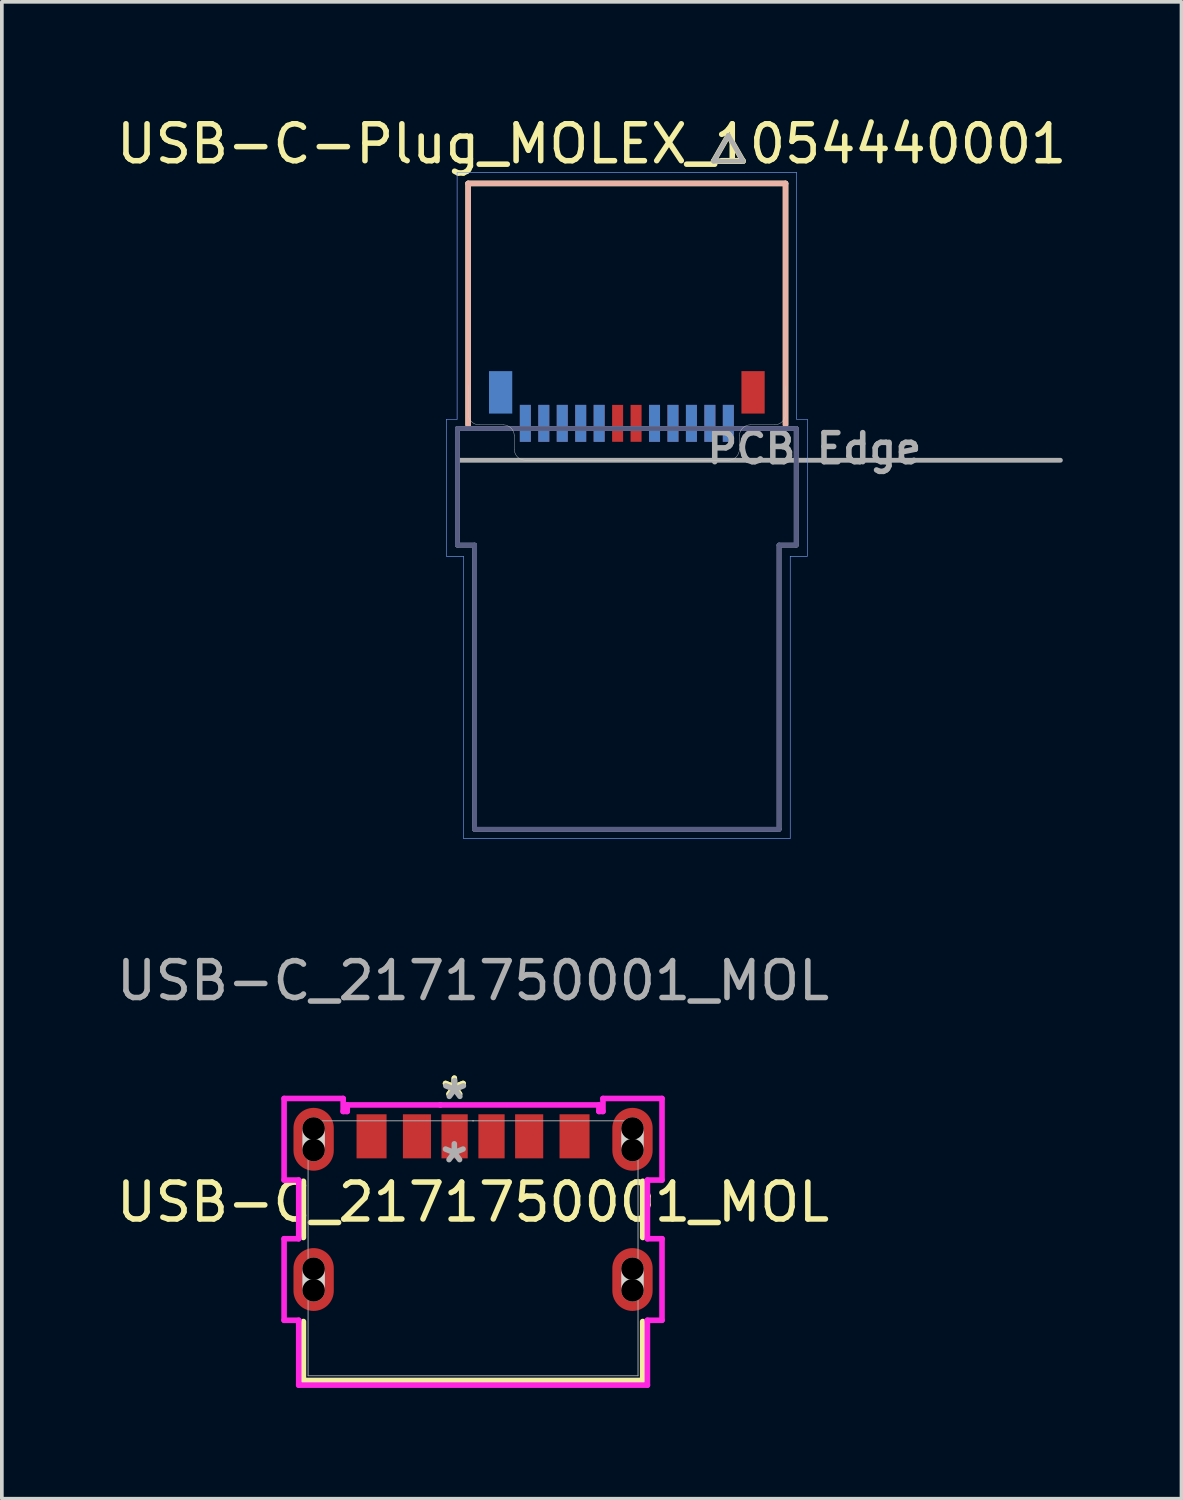
<source format=kicad_pcb>
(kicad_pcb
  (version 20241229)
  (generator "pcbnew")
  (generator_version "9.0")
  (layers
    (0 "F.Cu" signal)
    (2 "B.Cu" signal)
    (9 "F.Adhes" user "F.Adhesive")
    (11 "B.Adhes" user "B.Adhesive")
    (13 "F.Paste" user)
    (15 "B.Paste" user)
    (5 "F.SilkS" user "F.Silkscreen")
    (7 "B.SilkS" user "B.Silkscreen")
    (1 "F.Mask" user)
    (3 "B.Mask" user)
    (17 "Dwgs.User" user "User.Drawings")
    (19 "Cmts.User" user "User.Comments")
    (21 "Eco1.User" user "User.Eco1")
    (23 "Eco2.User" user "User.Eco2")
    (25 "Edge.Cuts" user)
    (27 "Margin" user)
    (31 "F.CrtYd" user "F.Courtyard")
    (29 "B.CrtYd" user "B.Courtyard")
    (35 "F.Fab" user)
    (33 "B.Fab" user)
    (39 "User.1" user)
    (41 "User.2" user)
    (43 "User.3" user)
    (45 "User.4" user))
  (footprint "USB-C_2171750001_MOL"
    (layer "F.Cu")
    (at 9.768 30.774)
    (property "Reference" "USB-C_2171750001_MOL" (at 0 -1.25 0) (unlocked yes) (layer "F.SilkS") (effects (font (size 1 1) (thickness 0.15))))
    (attr smd)
    (fp_line (start -4.597 -1.816) (end -4.597 -0.293) (stroke (width 0.152) (type solid)) (layer "F.SilkS"))
    (fp_line (start -4.597 1.984) (end -4.597 3.581) (stroke (width 0.152) (type solid)) (layer "F.SilkS"))
    (fp_line (start -4.597 3.581) (end 4.597 3.581) (stroke (width 0.152) (type solid)) (layer "F.SilkS"))
    (fp_line (start 4.597 -0.293) (end 4.597 -1.816) (stroke (width 0.152) (type solid)) (layer "F.SilkS"))
    (fp_line (start 4.597 3.581) (end 4.597 1.984) (stroke (width 0.152) (type solid)) (layer "F.SilkS"))
    (fp_line (start -4.32 -2.662) (end -4.32 -3.247) (stroke (width 0.61) (type solid)) (layer "Edge.Cuts"))
    (fp_line (start -4.32 1.138) (end -4.32 0.553) (stroke (width 0.61) (type solid)) (layer "Edge.Cuts"))
    (fp_line (start 4.32 -2.662) (end 4.32 -3.247) (stroke (width 0.61) (type solid)) (layer "Edge.Cuts"))
    (fp_line (start 4.32 1.138) (end 4.32 0.553) (stroke (width 0.61) (type solid)) (layer "Edge.Cuts"))
    (fp_line (start -5.12 -4.059) (end -5.12 -1.849) (stroke (width 0.152) (type solid)) (layer "F.CrtYd"))
    (fp_line (start -5.12 -1.849) (end -4.724 -1.849) (stroke (width 0.152) (type solid)) (layer "F.CrtYd"))
    (fp_line (start -5.12 -0.259) (end -5.12 1.95) (stroke (width 0.152) (type solid)) (layer "F.CrtYd"))
    (fp_line (start -5.12 1.95) (end -4.724 1.95) (stroke (width 0.152) (type solid)) (layer "F.CrtYd"))
    (fp_line (start -4.724 -1.849) (end -4.724 -0.259) (stroke (width 0.152) (type solid)) (layer "F.CrtYd"))
    (fp_line (start -4.724 -0.259) (end -5.12 -0.259) (stroke (width 0.152) (type solid)) (layer "F.CrtYd"))
    (fp_line (start -4.724 1.95) (end -4.724 3.708) (stroke (width 0.152) (type solid)) (layer "F.CrtYd"))
    (fp_line (start -4.724 3.708) (end 4.724 3.708) (stroke (width 0.152) (type solid)) (layer "F.CrtYd"))
    (fp_line (start -3.52 -4.059) (end -5.12 -4.059) (stroke (width 0.152) (type solid)) (layer "F.CrtYd"))
    (fp_line (start -3.52 -3.708) (end -3.52 -4.059) (stroke (width 0.152) (type solid)) (layer "F.CrtYd"))
    (fp_line (start -3.41 -3.885) (end -3.41 -3.708) (stroke (width 0.152) (type solid)) (layer "F.CrtYd"))
    (fp_line (start -3.41 -3.708) (end -3.52 -3.708) (stroke (width 0.152) (type solid)) (layer "F.CrtYd"))
    (fp_line (start -0.885 -3.885) (end -0.885 -3.885) (stroke (width 0.152) (type solid)) (layer "F.CrtYd"))
    (fp_line (start -0.885 -3.885) (end -3.41 -3.885) (stroke (width 0.152) (type solid)) (layer "F.CrtYd"))
    (fp_line (start 3.41 -3.885) (end -0.885 -3.885) (stroke (width 0.152) (type solid)) (layer "F.CrtYd"))
    (fp_line (start 3.41 -3.708) (end 3.41 -3.885) (stroke (width 0.152) (type solid)) (layer "F.CrtYd"))
    (fp_line (start 3.52 -4.059) (end 3.52 -3.708) (stroke (width 0.152) (type solid)) (layer "F.CrtYd"))
    (fp_line (start 3.52 -3.708) (end 3.41 -3.708) (stroke (width 0.152) (type solid)) (layer "F.CrtYd"))
    (fp_line (start 4.724 -1.849) (end 5.12 -1.849) (stroke (width 0.152) (type solid)) (layer "F.CrtYd"))
    (fp_line (start 4.724 -0.259) (end 4.724 -1.849) (stroke (width 0.152) (type solid)) (layer "F.CrtYd"))
    (fp_line (start 4.724 1.95) (end 5.12 1.95) (stroke (width 0.152) (type solid)) (layer "F.CrtYd"))
    (fp_line (start 4.724 3.708) (end 4.724 1.95) (stroke (width 0.152) (type solid)) (layer "F.CrtYd"))
    (fp_line (start 5.12 -4.059) (end 3.52 -4.059) (stroke (width 0.152) (type solid)) (layer "F.CrtYd"))
    (fp_line (start 5.12 -1.849) (end 5.12 -4.059) (stroke (width 0.152) (type solid)) (layer "F.CrtYd"))
    (fp_line (start 5.12 -0.259) (end 4.724 -0.259) (stroke (width 0.152) (type solid)) (layer "F.CrtYd"))
    (fp_line (start 5.12 1.95) (end 5.12 -0.259) (stroke (width 0.152) (type solid)) (layer "F.CrtYd"))
    (fp_line (start -4.47 -3.454) (end -4.47 3.454) (stroke (width 0.025) (type solid)) (layer "F.Fab"))
    (fp_line (start -4.47 3.454) (end 4.47 3.454) (stroke (width 0.025) (type solid)) (layer "F.Fab"))
    (fp_line (start 0 -3.454) (end 0 -3.454) (stroke (width 0.025) (type solid)) (layer "F.Fab"))
    (fp_line (start 0 -3.454) (end 0 -3.454) (stroke (width 0.025) (type solid)) (layer "F.Fab"))
    (fp_line (start 0 -3.454) (end 0 -3.454) (stroke (width 0.025) (type solid)) (layer "F.Fab"))
    (fp_line (start 0 -3.454) (end 0 -3.454) (stroke (width 0.025) (type solid)) (layer "F.Fab"))
    (fp_line (start 4.47 -3.454) (end -4.47 -3.454) (stroke (width 0.025) (type solid)) (layer "F.Fab"))
    (fp_line (start 4.47 3.454) (end 4.47 -3.454) (stroke (width 0.025) (type solid)) (layer "F.Fab"))
    (fp_text user "*" (at -0.508 -4.064 0) (layer "F.SilkS") (effects (font (size 1 1) (thickness 0.15))))
    (fp_text user "*" (at -0.508 -4.064 0) (unlocked yes) (layer "F.SilkS") (effects (font (size 1 1) (thickness 0.15))))
    (fp_text user "${REFERENCE}" (at 0 -7.25 0) (unlocked yes) (layer "F.Fab") (effects (font (size 1 1) (thickness 0.15))))
    (fp_text user "*" (at -0.508 -2.286 0) (unlocked yes) (layer "F.Fab") (effects (font (size 1 1) (thickness 0.15))))
    (fp_text user "*" (at -0.5 -4 0) (layer "F.Fab") (effects (font (size 1 1) (thickness 0.15))))
    (pad "" np_thru_hole circle (at -4.32 -3.247) (size 0.61 0.61) (drill 0.61) (layers))
    (pad "" np_thru_hole circle (at -4.32 -2.662) (size 0.61 0.61) (drill 0.61) (layers))
    (pad "" np_thru_hole circle (at -4.32 0.553) (size 0.61 0.61) (drill 0.61) (layers))
    (pad "" np_thru_hole circle (at -4.32 1.138) (size 0.61 0.61) (drill 0.61) (layers))
    (pad "" np_thru_hole circle (at 4.32 -3.247) (size 0.61 0.61) (drill 0.61) (layers))
    (pad "" np_thru_hole circle (at 4.32 -2.662) (size 0.61 0.61) (drill 0.61) (layers))
    (pad "" np_thru_hole circle (at 4.32 0.553) (size 0.61 0.61) (drill 0.61) (layers))
    (pad "" np_thru_hole circle (at 4.32 1.138) (size 0.61 0.61) (drill 0.61) (layers))
    (pad "7" smd oval (at -4.32 -2.954) (size 1.092 1.702) (layers "F.Cu" "F.Mask" "F.Paste"))
    (pad "8" smd oval (at 4.32 -2.954) (size 1.092 1.702) (layers "F.Cu" "F.Mask" "F.Paste"))
    (pad "9" smd oval (at -4.32 0.846) (size 1.092 1.702) (layers "F.Cu" "F.Mask" "F.Paste"))
    (pad "10" smd oval (at 4.32 0.846) (size 1.092 1.702) (layers "F.Cu" "F.Mask" "F.Paste"))
    (pad "A5" smd rect (at -0.5 -3.034) (size 0.711 1.194) (layers "F.Cu" "F.Mask" "F.Paste"))
    (pad "A9" smd rect (at 1.52 -3.034) (size 0.762 1.194) (layers "F.Cu" "F.Mask" "F.Paste"))
    (pad "A12" smd rect (at 2.75 -3.034) (size 0.813 1.194) (layers "F.Cu" "F.Mask" "F.Paste"))
    (pad "B5" smd rect (at 0.5 -3.034) (size 0.711 1.194) (layers "F.Cu" "F.Mask" "F.Paste"))
    (pad "B9" smd rect (at -1.52 -3.034) (size 0.762 1.194) (layers "F.Cu" "F.Mask" "F.Paste"))
    (pad "B12" smd rect (at -2.75 -3.034) (size 0.813 1.194) (layers "F.Cu" "F.Mask" "F.Paste")))
  (footprint "USB-C-Plug_MOLEX_1054440001"
    (layer "F.Cu")
    (at 13.935 9.421)
    (property "Reference" "USB-C-Plug_MOLEX_1054440001" (at -0.953 -8.572 0) (layer "F.SilkS") (effects (font (size 1 1) (thickness 0.15))))
    (attr smd)
    (fp_poly (pts (xy -2.962 -1.563) (xy -2.538 -1.563) (xy -2.538 -0.436) (xy -2.962 -0.436)) (stroke (width 0.01) (type solid)) (fill yes) (layer "F.Mask"))
    (fp_poly (pts (xy -2.462 -1.563) (xy -2.038 -1.563) (xy -2.038 -0.436) (xy -2.462 -0.436)) (stroke (width 0.01) (type solid)) (fill yes) (layer "F.Mask"))
    (fp_poly (pts (xy -1.962 -1.563) (xy -1.538 -1.563) (xy -1.538 -0.436) (xy -1.962 -0.436)) (stroke (width 0.01) (type solid)) (fill yes) (layer "F.Mask"))
    (fp_poly (pts (xy -1.462 -1.563) (xy -1.038 -1.563) (xy -1.038 -0.436) (xy -1.462 -0.436)) (stroke (width 0.01) (type solid)) (fill yes) (layer "F.Mask"))
    (fp_poly (pts (xy -0.963 -1.563) (xy -0.537 -1.563) (xy -0.537 -0.436) (xy -0.963 -0.436)) (stroke (width 0.01) (type solid)) (fill yes) (layer "F.Mask"))
    (fp_poly (pts (xy -0.463 -1.563) (xy -0.037 -1.563) (xy -0.037 -0.436) (xy -0.463 -0.436)) (stroke (width 0.01) (type solid)) (fill yes) (layer "F.Mask"))
    (fp_poly (pts (xy 0.037 -1.563) (xy 0.463 -1.563) (xy 0.463 -0.436) (xy 0.037 -0.436)) (stroke (width 0.01) (type solid)) (fill yes) (layer "F.Mask"))
    (fp_poly (pts (xy 0.537 -1.563) (xy 0.963 -1.563) (xy 0.963 -0.436) (xy 0.537 -0.436)) (stroke (width 0.01) (type solid)) (fill yes) (layer "F.Mask"))
    (fp_poly (pts (xy 1.038 -1.563) (xy 1.462 -1.563) (xy 1.462 -0.436) (xy 1.038 -0.436)) (stroke (width 0.01) (type solid)) (fill yes) (layer "F.Mask"))
    (fp_poly (pts (xy 1.538 -1.563) (xy 1.962 -1.563) (xy 1.962 -0.436) (xy 1.538 -0.436)) (stroke (width 0.01) (type solid)) (fill yes) (layer "F.Mask"))
    (fp_poly (pts (xy 2.038 -1.563) (xy 2.462 -1.563) (xy 2.462 -0.436) (xy 2.038 -0.436)) (stroke (width 0.01) (type solid)) (fill yes) (layer "F.Mask"))
    (fp_poly (pts (xy 2.538 -1.563) (xy 2.962 -1.563) (xy 2.962 -0.436) (xy 2.538 -0.436)) (stroke (width 0.01) (type solid)) (fill yes) (layer "F.Mask"))
    (fp_poly (pts (xy 3.042 -2.478) (xy 3.799 -2.478) (xy 3.799 -1.202) (xy 3.042 -1.202)) (stroke (width 0.01) (type solid)) (fill yes) (layer "F.Mask"))
    (fp_poly (pts (xy -3.799 -2.478) (xy -3.042 -2.478) (xy -3.042 -1.202) (xy -3.799 -1.202)) (stroke (width 0.01) (type solid)) (fill yes) (layer "B.Mask"))
    (fp_poly (pts (xy -2.962 -1.563) (xy -2.538 -1.563) (xy -2.538 -0.436) (xy -2.962 -0.436)) (stroke (width 0.01) (type solid)) (fill yes) (layer "B.Mask"))
    (fp_poly (pts (xy -2.462 -1.563) (xy -2.038 -1.563) (xy -2.038 -0.436) (xy -2.462 -0.436)) (stroke (width 0.01) (type solid)) (fill yes) (layer "B.Mask"))
    (fp_poly (pts (xy -1.962 -1.563) (xy -1.538 -1.563) (xy -1.538 -0.436) (xy -1.962 -0.436)) (stroke (width 0.01) (type solid)) (fill yes) (layer "B.Mask"))
    (fp_poly (pts (xy -1.462 -1.563) (xy -1.038 -1.563) (xy -1.038 -0.436) (xy -1.462 -0.436)) (stroke (width 0.01) (type solid)) (fill yes) (layer "B.Mask"))
    (fp_poly (pts (xy -0.963 -1.563) (xy -0.537 -1.563) (xy -0.537 -0.436) (xy -0.963 -0.436)) (stroke (width 0.01) (type solid)) (fill yes) (layer "B.Mask"))
    (fp_poly (pts (xy 0.537 -1.563) (xy 0.963 -1.563) (xy 0.963 -0.436) (xy 0.537 -0.436)) (stroke (width 0.01) (type solid)) (fill yes) (layer "B.Mask"))
    (fp_poly (pts (xy 1.038 -1.563) (xy 1.462 -1.563) (xy 1.462 -0.436) (xy 1.038 -0.436)) (stroke (width 0.01) (type solid)) (fill yes) (layer "B.Mask"))
    (fp_poly (pts (xy 1.538 -1.563) (xy 1.962 -1.563) (xy 1.962 -0.436) (xy 1.538 -0.436)) (stroke (width 0.01) (type solid)) (fill yes) (layer "B.Mask"))
    (fp_poly (pts (xy 2.038 -1.563) (xy 2.462 -1.563) (xy 2.462 -0.436) (xy 2.038 -0.436)) (stroke (width 0.01) (type solid)) (fill yes) (layer "B.Mask"))
    (fp_poly (pts (xy 2.538 -1.563) (xy 2.962 -1.563) (xy 2.962 -0.436) (xy 2.538 -0.436)) (stroke (width 0.01) (type solid)) (fill yes) (layer "B.Mask"))
    (fp_line (start -4.3 -7.5) (end -4.3 -0.96) (stroke (width 0.15) (type solid)) (layer "F.SilkS"))
    (fp_line (start 2.35 -8.104) (end 3.15 -8.104) (stroke (width 0.15) (type solid)) (layer "F.SilkS"))
    (fp_line (start 2.75 -8.803) (end 2.35 -8.104) (stroke (width 0.15) (type solid)) (layer "F.SilkS"))
    (fp_line (start 3.15 -8.104) (end 2.75 -8.803) (stroke (width 0.15) (type solid)) (layer "F.SilkS"))
    (fp_line (start 4.3 -7.5) (end -4.3 -7.5) (stroke (width 0.15) (type solid)) (layer "F.SilkS"))
    (fp_line (start 4.3 -0.96) (end 4.3 -7.5) (stroke (width 0.15) (type solid)) (layer "F.SilkS"))
    (fp_line (start -4.3 -7.5) (end -4.3 -0.96) (stroke (width 0.15) (type solid)) (layer "B.SilkS"))
    (fp_line (start 4.3 -7.5) (end -4.3 -7.5) (stroke (width 0.15) (type solid)) (layer "B.SilkS"))
    (fp_line (start 4.3 -0.96) (end 4.3 -7.5) (stroke (width 0.15) (type solid)) (layer "B.SilkS"))
    (fp_line (start -4.3 -1.26) (end -4.3 -2.025) (stroke (width 0.01) (type solid)) (layer "Edge.Cuts"))
    (fp_line (start -3.35 -0.96) (end -4 -0.96) (stroke (width 0.01) (type solid)) (layer "Edge.Cuts"))
    (fp_line (start -3.05 -0.3) (end -3.05 -0.66) (stroke (width 0.01) (type solid)) (layer "Edge.Cuts"))
    (fp_line (start 2.75 0) (end -2.75 0) (stroke (width 0.01) (type solid)) (layer "Edge.Cuts"))
    (fp_line (start 3.05 -0.66) (end 3.05 -0.3) (stroke (width 0.01) (type solid)) (layer "Edge.Cuts"))
    (fp_line (start 4 -0.96) (end 3.35 -0.96) (stroke (width 0.01) (type solid)) (layer "Edge.Cuts"))
    (fp_line (start 4.3 -2) (end 4.3 -1.26) (stroke (width 0.01) (type solid)) (layer "Edge.Cuts"))
    (fp_arc (start -4 -0.96) (mid -4.212132 -1.047868) (end -4.3 -1.26) (stroke (width 0.01) (type solid)) (layer "Edge.Cuts"))
    (fp_arc (start -3.35 -0.96) (mid -3.137868 -0.872132) (end -3.05 -0.66) (stroke (width 0.01) (type solid)) (layer "Edge.Cuts"))
    (fp_arc (start -2.75 0) (mid -2.962132 -0.087868) (end -3.05 -0.3) (stroke (width 0.01) (type solid)) (layer "Edge.Cuts"))
    (fp_arc (start 3.05 -0.66) (mid 3.137868 -0.872132) (end 3.35 -0.96) (stroke (width 0.01) (type solid)) (layer "Edge.Cuts"))
    (fp_arc (start 3.05 -0.3) (mid 2.962132 -0.087868) (end 2.75 0) (stroke (width 0.01) (type solid)) (layer "Edge.Cuts"))
    (fp_arc (start 4.3 -1.26) (mid 4.212132 -1.047868) (end 4 -0.96) (stroke (width 0.01) (type solid)) (layer "Edge.Cuts"))
    (fp_line (start -4.89 -1.11) (end -4.6 -1.11) (stroke (width 0.01) (type solid)) (layer "B.CrtYd"))
    (fp_line (start -4.89 2.6) (end -4.89 -1.11) (stroke (width 0.01) (type solid)) (layer "B.CrtYd"))
    (fp_line (start -4.6 -7.8) (end 4.6 -7.8) (stroke (width 0.01) (type solid)) (layer "B.CrtYd"))
    (fp_line (start -4.6 -1.11) (end -4.6 -7.8) (stroke (width 0.01) (type solid)) (layer "B.CrtYd"))
    (fp_line (start -4.425 2.6) (end -4.89 2.6) (stroke (width 0.01) (type solid)) (layer "B.CrtYd"))
    (fp_line (start -4.425 10.25) (end -4.425 2.6) (stroke (width 0.01) (type solid)) (layer "B.CrtYd"))
    (fp_line (start 4.425 2.6) (end 4.425 10.25) (stroke (width 0.01) (type solid)) (layer "B.CrtYd"))
    (fp_line (start 4.425 10.25) (end -4.425 10.25) (stroke (width 0.01) (type solid)) (layer "B.CrtYd"))
    (fp_line (start 4.6 -7.8) (end 4.6 -1.11) (stroke (width 0.01) (type solid)) (layer "B.CrtYd"))
    (fp_line (start 4.6 -1.11) (end 4.89 -1.11) (stroke (width 0.01) (type solid)) (layer "B.CrtYd"))
    (fp_line (start 4.89 -1.11) (end 4.89 2.6) (stroke (width 0.01) (type solid)) (layer "B.CrtYd"))
    (fp_line (start 4.89 2.6) (end 4.425 2.6) (stroke (width 0.01) (type solid)) (layer "B.CrtYd"))
    (fp_line (start -4.89 -1.11) (end -4.6 -1.11) (stroke (width 0.01) (type solid)) (layer "F.CrtYd"))
    (fp_line (start -4.89 2.6) (end -4.89 -1.11) (stroke (width 0.01) (type solid)) (layer "F.CrtYd"))
    (fp_line (start -4.6 -7.8) (end 4.6 -7.8) (stroke (width 0.01) (type solid)) (layer "F.CrtYd"))
    (fp_line (start -4.6 -1.11) (end -4.6 -7.8) (stroke (width 0.01) (type solid)) (layer "F.CrtYd"))
    (fp_line (start -4.425 2.6) (end -4.89 2.6) (stroke (width 0.01) (type solid)) (layer "F.CrtYd"))
    (fp_line (start -4.425 10.25) (end -4.425 2.6) (stroke (width 0.01) (type solid)) (layer "F.CrtYd"))
    (fp_line (start 4.425 2.6) (end 4.425 10.25) (stroke (width 0.01) (type solid)) (layer "F.CrtYd"))
    (fp_line (start 4.425 10.25) (end -4.425 10.25) (stroke (width 0.01) (type solid)) (layer "F.CrtYd"))
    (fp_line (start 4.6 -7.8) (end 4.6 -1.11) (stroke (width 0.01) (type solid)) (layer "F.CrtYd"))
    (fp_line (start 4.6 -1.11) (end 4.89 -1.11) (stroke (width 0.01) (type solid)) (layer "F.CrtYd"))
    (fp_line (start 4.89 -1.11) (end 4.89 2.6) (stroke (width 0.01) (type solid)) (layer "F.CrtYd"))
    (fp_line (start 4.89 2.6) (end 4.425 2.6) (stroke (width 0.01) (type solid)) (layer "F.CrtYd"))
    (fp_line (start -4.59 -0.86) (end -4.59 2.3) (stroke (width 0.13) (type solid)) (layer "B.Fab"))
    (fp_line (start -4.59 2.3) (end -4.125 2.3) (stroke (width 0.13) (type solid)) (layer "B.Fab"))
    (fp_line (start -4.125 2.3) (end -4.125 10) (stroke (width 0.13) (type solid)) (layer "B.Fab"))
    (fp_line (start -4.125 10) (end 4.125 10) (stroke (width 0.13) (type solid)) (layer "B.Fab"))
    (fp_line (start 4.125 2.3) (end 4.125 10) (stroke (width 0.13) (type solid)) (layer "B.Fab"))
    (fp_line (start 4.59 -0.86) (end -4.59 -0.86) (stroke (width 0.13) (type solid)) (layer "B.Fab"))
    (fp_line (start 4.59 2.3) (end 4.125 2.3) (stroke (width 0.13) (type solid)) (layer "B.Fab"))
    (fp_line (start 4.59 2.3) (end 4.59 -0.86) (stroke (width 0.13) (type solid)) (layer "B.Fab"))
    (fp_line (start -4.59 -0.86) (end -4.59 0) (stroke (width 0.13) (type solid)) (layer "F.Fab"))
    (fp_line (start -4.59 0) (end -4.59 2.3) (stroke (width 0.13) (type solid)) (layer "F.Fab"))
    (fp_line (start -4.59 0) (end 11.748 0) (stroke (width 0.13) (type solid)) (layer "F.Fab"))
    (fp_line (start -4.59 2.3) (end -4.125 2.3) (stroke (width 0.13) (type solid)) (layer "F.Fab"))
    (fp_line (start -4.125 2.3) (end -4.125 10) (stroke (width 0.13) (type solid)) (layer "F.Fab"))
    (fp_line (start -4.125 10) (end 4.125 10) (stroke (width 0.13) (type solid)) (layer "F.Fab"))
    (fp_line (start 2.35 -8.104) (end 3.15 -8.104) (stroke (width 0.13) (type solid)) (layer "F.Fab"))
    (fp_line (start 2.75 -8.803) (end 2.35 -8.104) (stroke (width 0.13) (type solid)) (layer "F.Fab"))
    (fp_line (start 3.15 -8.104) (end 2.75 -8.803) (stroke (width 0.13) (type solid)) (layer "F.Fab"))
    (fp_line (start 4.125 2.3) (end 4.125 10) (stroke (width 0.13) (type solid)) (layer "F.Fab"))
    (fp_line (start 4.59 -0.86) (end -4.59 -0.86) (stroke (width 0.13) (type solid)) (layer "F.Fab"))
    (fp_line (start 4.59 2.3) (end 4.125 2.3) (stroke (width 0.13) (type solid)) (layer "F.Fab"))
    (fp_line (start 4.59 2.3) (end 4.59 -0.86) (stroke (width 0.13) (type solid)) (layer "F.Fab"))
    (fp_text user "PCB Edge" (at 5.08 -0.318 0) (layer "F.Fab") (effects (font (size 0.787 0.787) (thickness 0.15))))
    (pad "A1" smd rect (at 2.75 -1) (size 0.298 1) (layers "F.Cu" "F.Paste"))
    (pad "A2" smd rect (at 2.25 -1) (size 0.298 1) (layers "F.Cu" "F.Paste"))
    (pad "A3" smd rect (at 1.75 -1) (size 0.298 1) (layers "F.Cu" "F.Paste"))
    (pad "A4" smd rect (at 1.25 -1) (size 0.298 1) (layers "F.Cu" "F.Paste"))
    (pad "A5" smd rect (at 0.75 -1) (size 0.298 1) (layers "F.Cu" "F.Paste"))
    (pad "A6" smd rect (at 0.25 -1) (size 0.298 1) (layers "F.Cu" "F.Paste"))
    (pad "A7" smd rect (at -0.25 -1) (size 0.298 1) (layers "F.Cu" "F.Paste"))
    (pad "A8" smd rect (at -0.75 -1) (size 0.298 1) (layers "F.Cu" "F.Paste"))
    (pad "A9" smd rect (at -1.25 -1) (size 0.298 1) (layers "F.Cu" "F.Paste"))
    (pad "A10" smd rect (at -1.75 -1) (size 0.298 1) (layers "F.Cu" "F.Paste"))
    (pad "A11" smd rect (at -2.25 -1) (size 0.298 1) (layers "F.Cu" "F.Paste"))
    (pad "A12" smd rect (at -2.75 -1) (size 0.298 1) (layers "F.Cu" "F.Paste"))
    (pad "B1" smd rect (at -2.75 -1) (size 0.298 1) (layers "B.Cu" "B.Paste"))
    (pad "B2" smd rect (at -2.25 -1) (size 0.298 1) (layers "B.Cu" "B.Paste"))
    (pad "B3" smd rect (at -1.75 -1) (size 0.298 1) (layers "B.Cu" "B.Paste"))
    (pad "B4" smd rect (at -1.25 -1) (size 0.298 1) (layers "B.Cu" "B.Paste"))
    (pad "B5" smd rect (at -0.75 -1) (size 0.298 1) (layers "B.Cu" "B.Paste"))
    (pad "B8" smd rect (at 0.75 -1) (size 0.298 1) (layers "B.Cu" "B.Paste"))
    (pad "B9" smd rect (at 1.25 -1) (size 0.298 1) (layers "B.Cu" "B.Paste"))
    (pad "B10" smd rect (at 1.75 -1) (size 0.298 1) (layers "B.Cu" "B.Paste"))
    (pad "B11" smd rect (at 2.25 -1) (size 0.298 1) (layers "B.Cu" "B.Paste"))
    (pad "B12" smd rect (at 2.75 -1) (size 0.298 1) (layers "B.Cu" "B.Paste"))
    (pad "SH1" smd rect (at 3.42 -1.84) (size 0.63 1.15) (layers "F.Cu" "F.Paste"))
    (pad "SH2" smd rect (at -3.42 -1.84) (size 0.63 1.15) (layers "B.Cu" "B.Paste")))
  (gr_rect
    (start -3 -3)
    (end 28.964 37.559)
    (stroke (width 0.1) (type default))
    (fill no)
    (layer "Edge.Cuts")))
</source>
